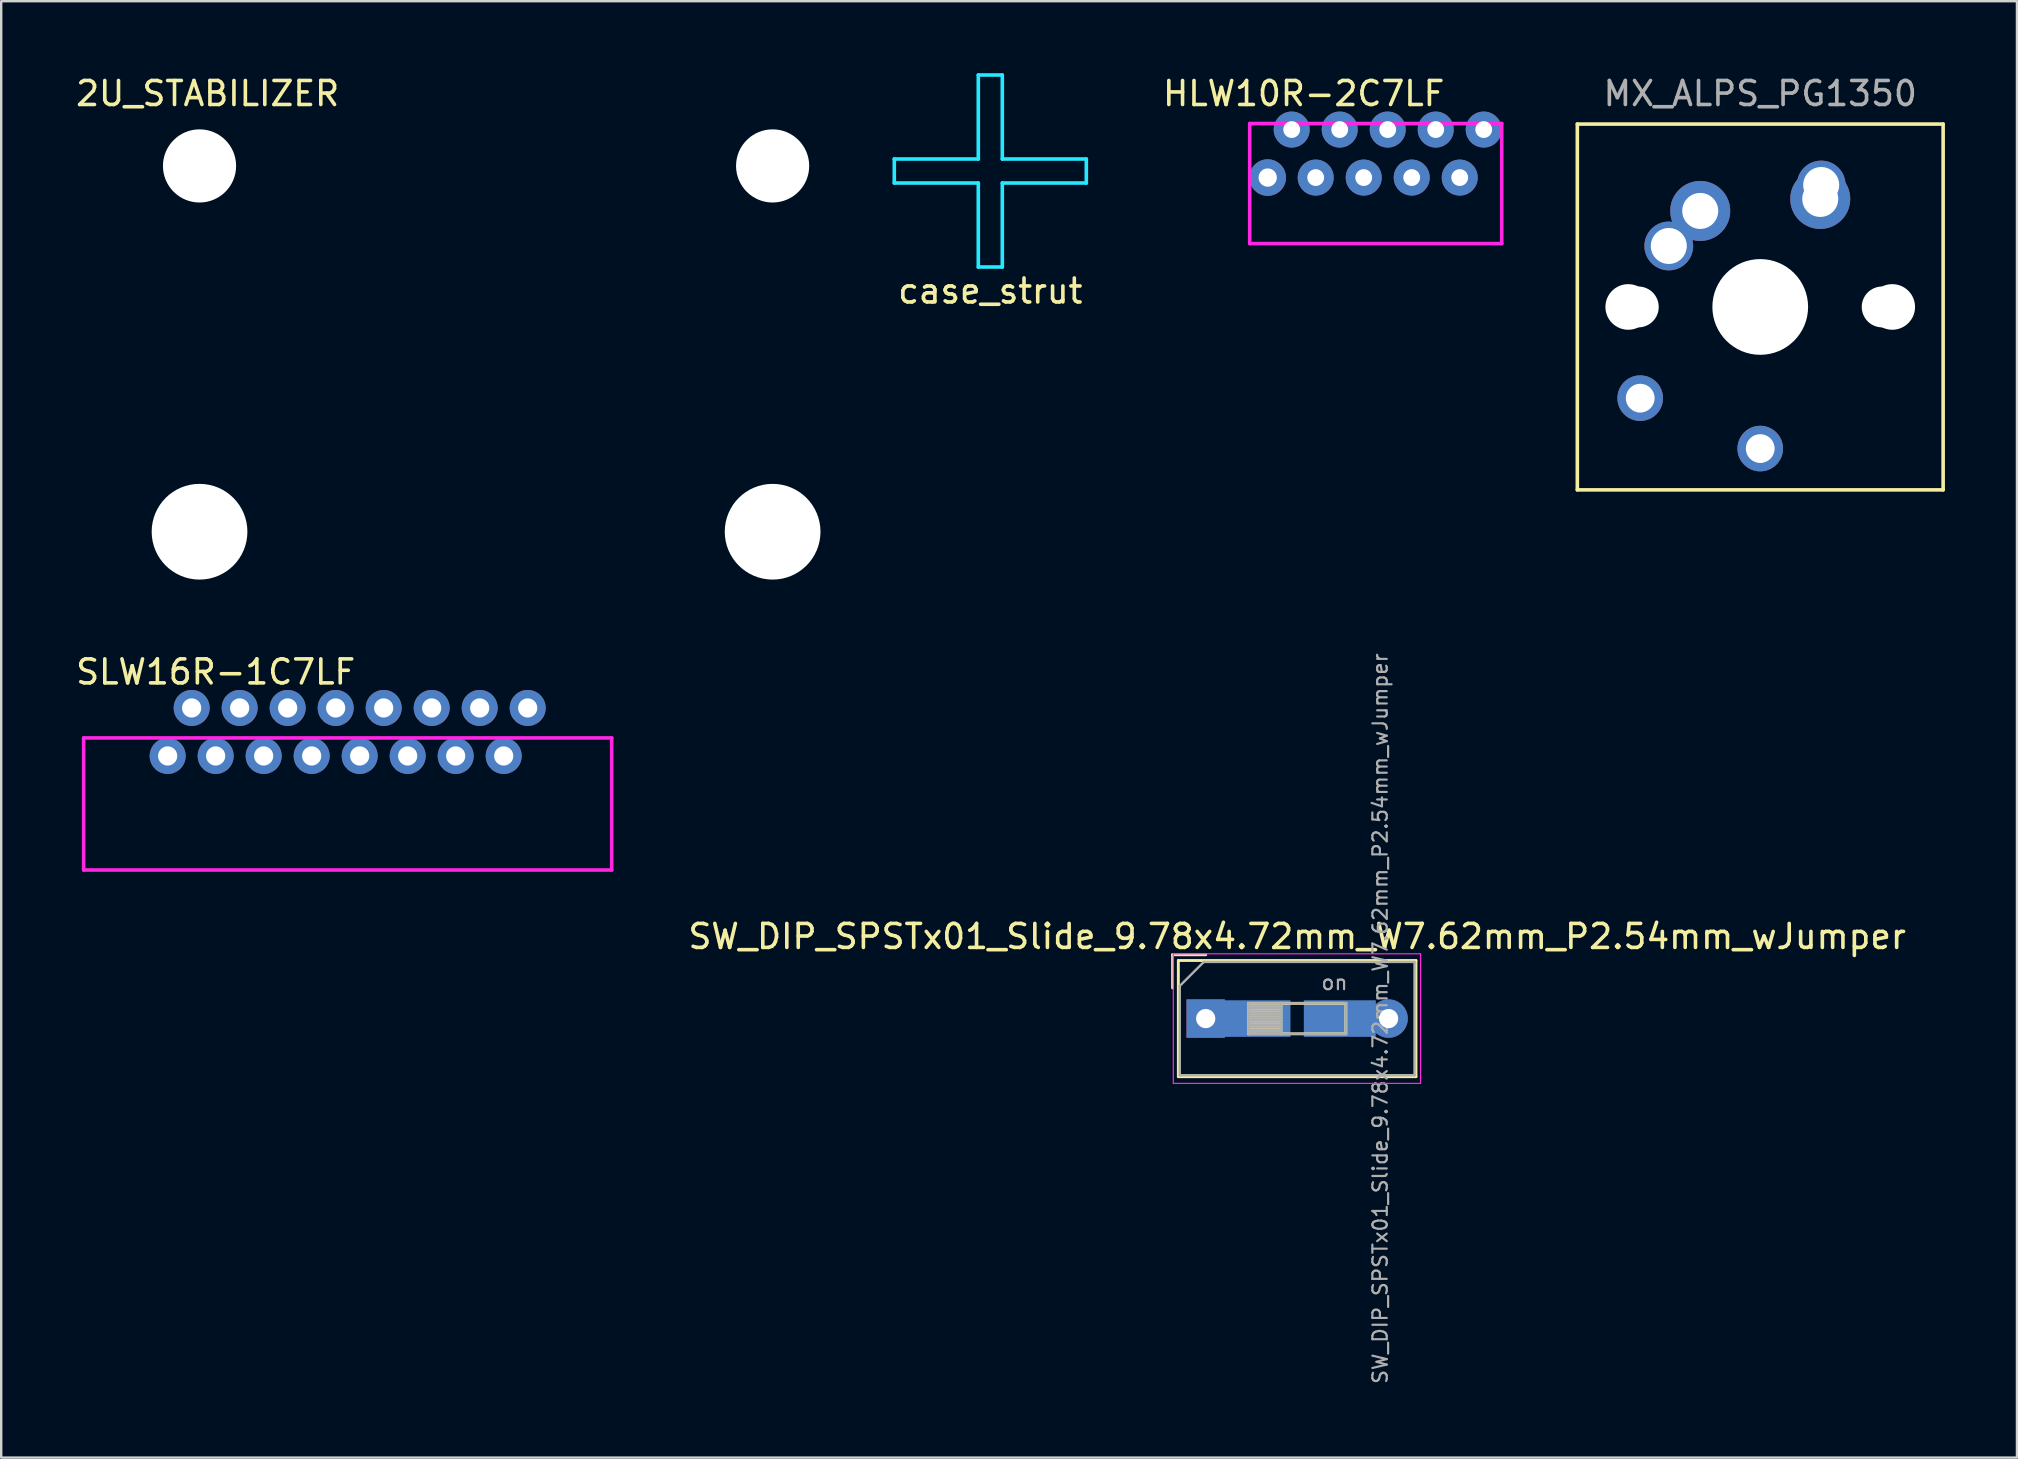
<source format=kicad_pcb>
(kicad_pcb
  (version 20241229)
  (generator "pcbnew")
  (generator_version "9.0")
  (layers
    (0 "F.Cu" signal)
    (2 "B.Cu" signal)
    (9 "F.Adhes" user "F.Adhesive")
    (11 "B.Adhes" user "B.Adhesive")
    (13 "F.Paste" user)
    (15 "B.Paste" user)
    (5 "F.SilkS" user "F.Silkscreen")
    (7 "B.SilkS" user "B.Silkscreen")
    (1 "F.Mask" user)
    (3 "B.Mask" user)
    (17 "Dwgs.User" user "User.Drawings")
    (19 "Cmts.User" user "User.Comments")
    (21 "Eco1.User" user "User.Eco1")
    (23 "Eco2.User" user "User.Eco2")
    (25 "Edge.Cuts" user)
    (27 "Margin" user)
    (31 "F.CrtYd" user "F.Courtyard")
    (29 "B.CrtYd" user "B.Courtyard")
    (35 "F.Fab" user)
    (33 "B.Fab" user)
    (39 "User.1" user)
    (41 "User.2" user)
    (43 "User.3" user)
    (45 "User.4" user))
  (footprint "SW_DIP_SPSTx01_Slide_9.78x4.72mm_W7.62mm_P2.54mm_wJumper"
    (layer "F.Cu")
    (at 47.182 39.386)
    (property "Reference" "SW_DIP_SPSTx01_Slide_9.78x4.72mm_W7.62mm_P2.54mm_wJumper" (at 3.81 -3.42 0) (layer "F.SilkS") (effects (font (size 1 1) (thickness 0.15))))
    (attr through_hole)
    (fp_line (start -1.38 -2.66) (end -1.38 -1.277) (stroke (width 0.12) (type solid)) (layer "F.SilkS"))
    (fp_line (start -1.38 -2.66) (end 0.004 -2.66) (stroke (width 0.12) (type solid)) (layer "F.SilkS"))
    (fp_line (start -1.14 -2.42) (end -1.14 2.42) (stroke (width 0.12) (type solid)) (layer "F.SilkS"))
    (fp_line (start -1.14 -2.42) (end 8.76 -2.42) (stroke (width 0.12) (type solid)) (layer "F.SilkS"))
    (fp_line (start -1.14 2.42) (end 8.76 2.42) (stroke (width 0.12) (type solid)) (layer "F.SilkS"))
    (fp_line (start 1.78 -0.635) (end 1.78 0.635) (stroke (width 0.12) (type solid)) (layer "F.SilkS"))
    (fp_line (start 1.78 -0.515) (end 3.133 -0.515) (stroke (width 0.12) (type solid)) (layer "F.SilkS"))
    (fp_line (start 1.78 -0.395) (end 3.133 -0.395) (stroke (width 0.12) (type solid)) (layer "F.SilkS"))
    (fp_line (start 1.78 -0.275) (end 3.133 -0.275) (stroke (width 0.12) (type solid)) (layer "F.SilkS"))
    (fp_line (start 1.78 -0.155) (end 3.133 -0.155) (stroke (width 0.12) (type solid)) (layer "F.SilkS"))
    (fp_line (start 1.78 -0.035) (end 3.133 -0.035) (stroke (width 0.12) (type solid)) (layer "F.SilkS"))
    (fp_line (start 1.78 0.085) (end 3.133 0.085) (stroke (width 0.12) (type solid)) (layer "F.SilkS"))
    (fp_line (start 1.78 0.205) (end 3.133 0.205) (stroke (width 0.12) (type solid)) (layer "F.SilkS"))
    (fp_line (start 1.78 0.325) (end 3.133 0.325) (stroke (width 0.12) (type solid)) (layer "F.SilkS"))
    (fp_line (start 1.78 0.445) (end 3.133 0.445) (stroke (width 0.12) (type solid)) (layer "F.SilkS"))
    (fp_line (start 1.78 0.565) (end 3.133 0.565) (stroke (width 0.12) (type solid)) (layer "F.SilkS"))
    (fp_line (start 1.78 0.635) (end 5.84 0.635) (stroke (width 0.12) (type solid)) (layer "F.SilkS"))
    (fp_line (start 3.133 -0.635) (end 3.133 0.635) (stroke (width 0.12) (type solid)) (layer "F.SilkS"))
    (fp_line (start 5.84 -0.635) (end 1.78 -0.635) (stroke (width 0.12) (type solid)) (layer "F.SilkS"))
    (fp_line (start 5.84 0.635) (end 5.84 -0.635) (stroke (width 0.12) (type solid)) (layer "F.SilkS"))
    (fp_line (start 8.76 -2.42) (end 8.76 2.42) (stroke (width 0.12) (type solid)) (layer "F.SilkS"))
    (fp_line (start -1.35 -2.7) (end -1.35 2.7) (stroke (width 0.05) (type solid)) (layer "F.CrtYd"))
    (fp_line (start -1.35 2.7) (end 8.95 2.7) (stroke (width 0.05) (type solid)) (layer "F.CrtYd"))
    (fp_line (start 8.95 -2.7) (end -1.35 -2.7) (stroke (width 0.05) (type solid)) (layer "F.CrtYd"))
    (fp_line (start 8.95 2.7) (end 8.95 -2.7) (stroke (width 0.05) (type solid)) (layer "F.CrtYd"))
    (fp_line (start -1.08 -1.36) (end -0.08 -2.36) (stroke (width 0.1) (type solid)) (layer "F.Fab"))
    (fp_line (start -1.08 2.36) (end -1.08 -1.36) (stroke (width 0.1) (type solid)) (layer "F.Fab"))
    (fp_line (start -0.08 -2.36) (end 8.7 -2.36) (stroke (width 0.1) (type solid)) (layer "F.Fab"))
    (fp_line (start 1.78 -0.635) (end 1.78 0.635) (stroke (width 0.1) (type solid)) (layer "F.Fab"))
    (fp_line (start 1.78 -0.535) (end 3.133 -0.535) (stroke (width 0.1) (type solid)) (layer "F.Fab"))
    (fp_line (start 1.78 -0.435) (end 3.133 -0.435) (stroke (width 0.1) (type solid)) (layer "F.Fab"))
    (fp_line (start 1.78 -0.335) (end 3.133 -0.335) (stroke (width 0.1) (type solid)) (layer "F.Fab"))
    (fp_line (start 1.78 -0.235) (end 3.133 -0.235) (stroke (width 0.1) (type solid)) (layer "F.Fab"))
    (fp_line (start 1.78 -0.135) (end 3.133 -0.135) (stroke (width 0.1) (type solid)) (layer "F.Fab"))
    (fp_line (start 1.78 -0.035) (end 3.133 -0.035) (stroke (width 0.1) (type solid)) (layer "F.Fab"))
    (fp_line (start 1.78 0.065) (end 3.133 0.065) (stroke (width 0.1) (type solid)) (layer "F.Fab"))
    (fp_line (start 1.78 0.165) (end 3.133 0.165) (stroke (width 0.1) (type solid)) (layer "F.Fab"))
    (fp_line (start 1.78 0.265) (end 3.133 0.265) (stroke (width 0.1) (type solid)) (layer "F.Fab"))
    (fp_line (start 1.78 0.365) (end 3.133 0.365) (stroke (width 0.1) (type solid)) (layer "F.Fab"))
    (fp_line (start 1.78 0.465) (end 3.133 0.465) (stroke (width 0.1) (type solid)) (layer "F.Fab"))
    (fp_line (start 1.78 0.565) (end 3.133 0.565) (stroke (width 0.1) (type solid)) (layer "F.Fab"))
    (fp_line (start 1.78 0.635) (end 5.84 0.635) (stroke (width 0.1) (type solid)) (layer "F.Fab"))
    (fp_line (start 3.133 -0.635) (end 3.133 0.635) (stroke (width 0.1) (type solid)) (layer "F.Fab"))
    (fp_line (start 5.84 -0.635) (end 1.78 -0.635) (stroke (width 0.1) (type solid)) (layer "F.Fab"))
    (fp_line (start 5.84 0.635) (end 5.84 -0.635) (stroke (width 0.1) (type solid)) (layer "F.Fab"))
    (fp_line (start 8.7 -2.36) (end 8.7 2.36) (stroke (width 0.1) (type solid)) (layer "F.Fab"))
    (fp_line (start 8.7 2.36) (end -1.08 2.36) (stroke (width 0.1) (type solid)) (layer "F.Fab"))
    (fp_text user "on" (at 5.365 -1.498 0) (layer "F.Fab") (effects (font (size 0.6 0.6) (thickness 0.09))))
    (fp_text user "${REFERENCE}" (at 7.27 0 90) (layer "F.Fab") (effects (font (size 0.6 0.6) (thickness 0.09))))
    (pad "1" thru_hole rect (at 0 0) (size 1.6 1.6) (drill 0.8) (layers "*.Cu" "*.Mask"))
    (pad "1" smd rect (at 2.032 0) (size 3 1.524) (layers "B.Cu" "B.Mask"))
    (pad "2" smd rect (at 5.588 0) (size 3 1.524) (layers "B.Cu" "B.Mask"))
    (pad "2" thru_hole oval (at 7.62 0) (size 1.6 1.6) (drill 0.8) (layers "*.Cu" "*.Mask")))
  (footprint "MX_ALPS_PG1350"
    (layer "F.Cu")
    (at 70.285 9.738)
    (property "Reference" "MX_ALPS_PG1350" (at 0 -8.89 0) (layer "F.Fab") (effects (font (size 1 1) (thickness 0.15))))
    (attr through_hole)
    (fp_line (start -7.62 -7.62) (end 7.62 -7.62) (stroke (width 0.15) (type solid)) (layer "F.SilkS"))
    (fp_line (start -7.62 7.62) (end -7.62 -7.62) (stroke (width 0.15) (type solid)) (layer "F.SilkS"))
    (fp_line (start 7.62 -7.62) (end 7.62 7.62) (stroke (width 0.15) (type solid)) (layer "F.SilkS"))
    (fp_line (start 7.62 7.62) (end -7.62 7.62) (stroke (width 0.15) (type solid)) (layer "F.SilkS"))
    (pad "" np_thru_hole circle (at -5.5 0) (size 1.9 1.9) (drill 1.9) (layers "*.Cu" "*.Mask"))
    (pad "" np_thru_hole circle (at -5.08 0) (size 1.702 1.702) (drill 1.702) (layers "*.Cu" "*.Mask"))
    (pad "" np_thru_hole circle (at 0 0) (size 3.988 3.988) (drill 3.988) (layers "*.Cu" "*.Mask"))
    (pad "" np_thru_hole circle (at 5.08 0) (size 1.702 1.702) (drill 1.702) (layers "*.Cu" "*.Mask"))
    (pad "" np_thru_hole circle (at 5.5 0) (size 1.9 1.9) (drill 1.9) (layers "*.Cu" "*.Mask"))
    (pad "1" thru_hole circle (at 0 5.9) (size 1.9 1.9) (drill 1.2) (layers "*.Cu" "*.Mask"))
    (pad "1" thru_hole circle (at 2.5 -4.5) (size 2.5 2.5) (drill 1.5) (layers "*.Cu" "*.Mask"))
    (pad "1" thru_hole circle (at 2.54 -5.08) (size 2.032 2.032) (drill 1.499) (layers "*.Cu" "*.Mask"))
    (pad "2" thru_hole circle (at -5 3.8) (size 1.9 1.9) (drill 1.2) (layers "*.Cu" "*.Mask"))
    (pad "2" thru_hole circle (at -3.81 -2.54) (size 2.032 2.032) (drill 1.499) (layers "*.Cu" "*.Mask"))
    (pad "2" thru_hole circle (at -2.5 -4) (size 2.5 2.5) (drill 1.5) (layers "*.Cu" "*.Mask")))
  (footprint "HLW10R-2C7LF"
    (layer "F.Cu")
    (at 54.265 3.348)
    (property "Reference" "HLW10R-2C7LF" (at -3 -2.5 0) (layer "F.SilkS") (effects (font (size 1 1) (thickness 0.15))))
    (attr through_hole)
    (fp_line (start -5.25 -1.25) (end -5.25 3.75) (stroke (width 0.15) (type solid)) (layer "F.CrtYd"))
    (fp_line (start -5.25 3.75) (end 5.25 3.75) (stroke (width 0.15) (type solid)) (layer "F.CrtYd"))
    (fp_line (start 5.25 -1.25) (end -5.25 -1.25) (stroke (width 0.15) (type solid)) (layer "F.CrtYd"))
    (fp_line (start 5.25 3.75) (end 5.25 -1.25) (stroke (width 0.15) (type solid)) (layer "F.CrtYd"))
    (pad "1" thru_hole circle (at -4.5 1) (size 1.524 1.524) (drill 0.762) (layers "*.Cu" "*.Mask"))
    (pad "2" thru_hole circle (at -3.5 -1) (size 1.5 1.5) (drill 0.7) (layers "*.Cu" "*.Mask"))
    (pad "3" thru_hole circle (at -2.5 1) (size 1.5 1.5) (drill 0.7) (layers "*.Cu" "*.Mask"))
    (pad "4" thru_hole circle (at -1.5 -1) (size 1.5 1.5) (drill 0.7) (layers "*.Cu" "*.Mask"))
    (pad "5" thru_hole circle (at -0.5 1) (size 1.5 1.5) (drill 0.7) (layers "*.Cu" "*.Mask"))
    (pad "6" thru_hole circle (at 0.5 -1) (size 1.5 1.5) (drill 0.7) (layers "*.Cu" "*.Mask"))
    (pad "7" thru_hole circle (at 1.5 1) (size 1.5 1.5) (drill 0.7) (layers "*.Cu" "*.Mask"))
    (pad "8" thru_hole circle (at 2.5 -1) (size 1.5 1.5) (drill 0.7) (layers "*.Cu" "*.Mask"))
    (pad "9" thru_hole circle (at 3.5 1) (size 1.5 1.5) (drill 0.7) (layers "*.Cu" "*.Mask"))
    (pad "10" thru_hole circle (at 4.5 -1) (size 1.5 1.5) (drill 0.7) (layers "*.Cu" "*.Mask")))
  (footprint "SLW16R-1C7LF"
    (layer "F.Cu")
    (at 11.435 27.445)
    (property "Reference" "SLW16R-1C7LF" (at -5.5 -2.5 0) (layer "F.SilkS") (effects (font (size 1 1) (thickness 0.15))))
    (attr through_hole)
    (fp_line (start -11 0.25) (end -11 5.75) (stroke (width 0.15) (type solid)) (layer "F.CrtYd"))
    (fp_line (start -11 5.75) (end 11 5.75) (stroke (width 0.15) (type solid)) (layer "F.CrtYd"))
    (fp_line (start 11 0.25) (end -11 0.25) (stroke (width 0.15) (type solid)) (layer "F.CrtYd"))
    (fp_line (start 11 5.75) (end 11 0.25) (stroke (width 0.15) (type solid)) (layer "F.CrtYd"))
    (pad "1" thru_hole circle (at -7.5 1) (size 1.5 1.5) (drill 0.8) (layers "*.Cu" "*.Mask"))
    (pad "2" thru_hole circle (at -6.5 -1) (size 1.5 1.5) (drill 0.8) (layers "*.Cu" "*.Mask"))
    (pad "3" thru_hole circle (at -5.5 1) (size 1.5 1.5) (drill 0.8) (layers "*.Cu" "*.Mask"))
    (pad "4" thru_hole circle (at -4.5 -1) (size 1.5 1.5) (drill 0.8) (layers "*.Cu" "*.Mask"))
    (pad "5" thru_hole circle (at -3.5 1) (size 1.5 1.5) (drill 0.8) (layers "*.Cu" "*.Mask"))
    (pad "6" thru_hole circle (at -2.5 -1) (size 1.5 1.5) (drill 0.8) (layers "*.Cu" "*.Mask"))
    (pad "7" thru_hole circle (at -1.5 1) (size 1.5 1.5) (drill 0.8) (layers "*.Cu" "*.Mask"))
    (pad "8" thru_hole circle (at -0.5 -1) (size 1.5 1.5) (drill 0.8) (layers "*.Cu" "*.Mask"))
    (pad "9" thru_hole circle (at 0.5 1) (size 1.5 1.5) (drill 0.8) (layers "*.Cu" "*.Mask"))
    (pad "10" thru_hole circle (at 1.5 -1) (size 1.5 1.5) (drill 0.8) (layers "*.Cu" "*.Mask"))
    (pad "11" thru_hole circle (at 2.5 1) (size 1.5 1.5) (drill 0.8) (layers "*.Cu" "*.Mask"))
    (pad "12" thru_hole circle (at 3.5 -1) (size 1.5 1.5) (drill 0.8) (layers "*.Cu" "*.Mask"))
    (pad "13" thru_hole circle (at 4.5 1) (size 1.5 1.5) (drill 0.8) (layers "*.Cu" "*.Mask"))
    (pad "14" thru_hole circle (at 5.5 -1) (size 1.5 1.5) (drill 0.8) (layers "*.Cu" "*.Mask"))
    (pad "15" thru_hole circle (at 6.5 1) (size 1.5 1.5) (drill 0.8) (layers "*.Cu" "*.Mask"))
    (pad "16" thru_hole circle (at 7.5 -1) (size 1.5 1.5) (drill 0.8) (layers "*.Cu" "*.Mask")))
  (footprint "2U_STABILIZER"
    (layer "F.Cu")
    (at 17.201 10.848)
    (property "Reference" "2U_STABILIZER" (at -11.6 -10 0) (layer "F.SilkS") (effects (font (size 1 1) (thickness 0.15))))
    (attr through_hole)
    (pad "" np_thru_hole circle (at -11.938 -6.985) (size 3.048 3.048) (drill 3.048) (layers "*.Cu" "*.Mask"))
    (pad "" np_thru_hole circle (at -11.938 8.255) (size 3.988 3.988) (drill 3.988) (layers "*.Cu" "*.Mask"))
    (pad "" np_thru_hole circle (at 11.938 -6.985) (size 3.048 3.048) (drill 3.048) (layers "*.Cu" "*.Mask"))
    (pad "" np_thru_hole circle (at 11.938 8.255) (size 3.988 3.988) (drill 3.988) (layers "*.Cu" "*.Mask")))
  (footprint "case_strut"
    (layer "F.Cu")
    (at 38.208 4.075)
    (property "Reference" "case_strut" (at 0 5 0) (layer "F.SilkS") (effects (font (size 1 1) (thickness 0.15))))
    (attr through_hole)
    (fp_line (start -4 -0.5) (end -0.5 -0.5) (stroke (width 0.15) (type solid)) (layer "B.CrtYd"))
    (fp_line (start -4 0.5) (end -4 -0.5) (stroke (width 0.15) (type solid)) (layer "B.CrtYd"))
    (fp_line (start -0.5 -4) (end 0.5 -4) (stroke (width 0.15) (type solid)) (layer "B.CrtYd"))
    (fp_line (start -0.5 -0.5) (end -0.5 -4) (stroke (width 0.15) (type solid)) (layer "B.CrtYd"))
    (fp_line (start -0.5 0.5) (end -4 0.5) (stroke (width 0.15) (type solid)) (layer "B.CrtYd"))
    (fp_line (start -0.5 4) (end -0.5 0.5) (stroke (width 0.15) (type solid)) (layer "B.CrtYd"))
    (fp_line (start 0.5 -4) (end 0.5 -0.5) (stroke (width 0.15) (type solid)) (layer "B.CrtYd"))
    (fp_line (start 0.5 -0.5) (end 4 -0.5) (stroke (width 0.15) (type solid)) (layer "B.CrtYd"))
    (fp_line (start 0.5 0.5) (end 0.5 4) (stroke (width 0.15) (type solid)) (layer "B.CrtYd"))
    (fp_line (start 0.5 4) (end -0.5 4) (stroke (width 0.15) (type solid)) (layer "B.CrtYd"))
    (fp_line (start 4 -0.5) (end 4 0.5) (stroke (width 0.15) (type solid)) (layer "B.CrtYd"))
    (fp_line (start 4 0.5) (end 0.5 0.5) (stroke (width 0.15) (type solid)) (layer "B.CrtYd")))
  (gr_rect
    (start -3 -3)
    (end 80.98 57.676)
    (stroke (width 0.1) (type default))
    (fill no)
    (layer "Edge.Cuts")))
</source>
